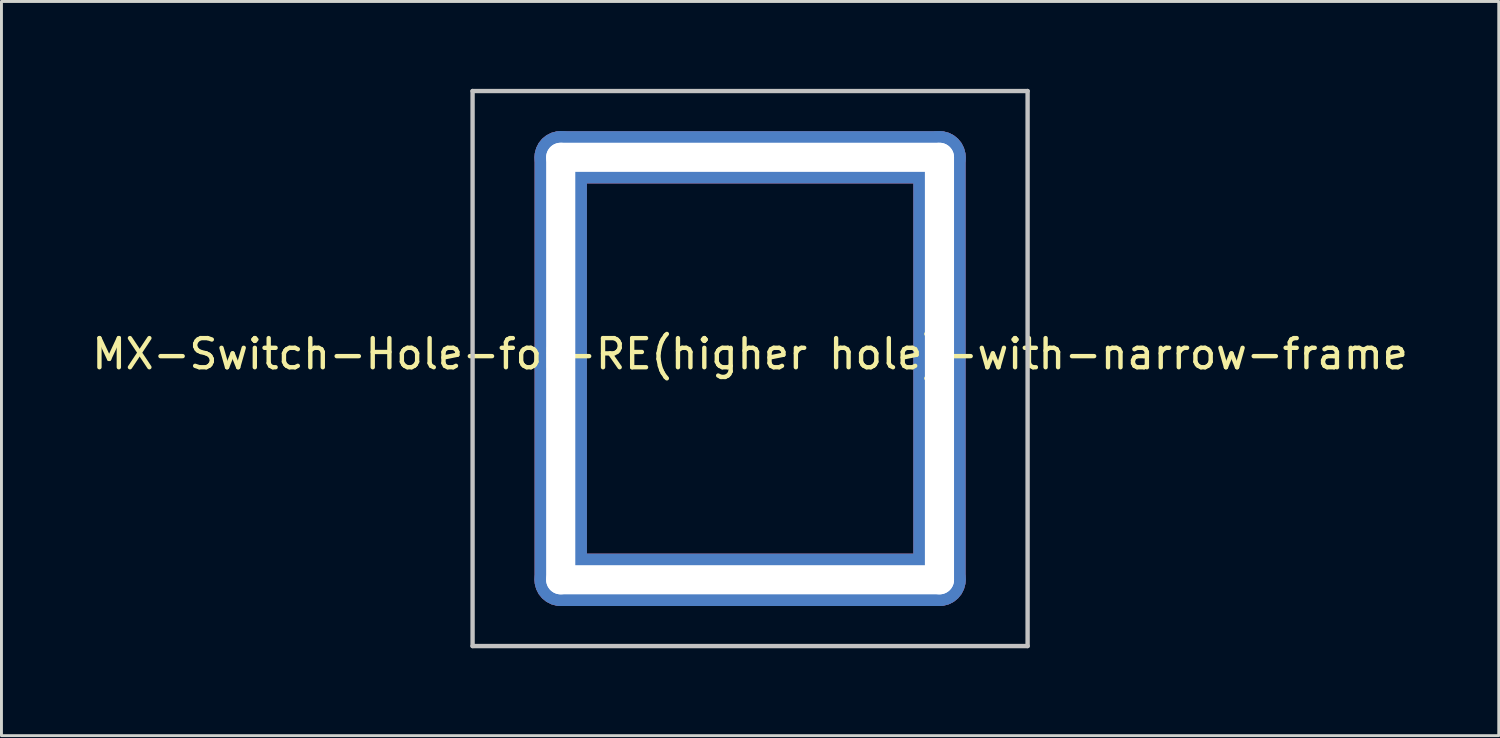
<source format=kicad_pcb>
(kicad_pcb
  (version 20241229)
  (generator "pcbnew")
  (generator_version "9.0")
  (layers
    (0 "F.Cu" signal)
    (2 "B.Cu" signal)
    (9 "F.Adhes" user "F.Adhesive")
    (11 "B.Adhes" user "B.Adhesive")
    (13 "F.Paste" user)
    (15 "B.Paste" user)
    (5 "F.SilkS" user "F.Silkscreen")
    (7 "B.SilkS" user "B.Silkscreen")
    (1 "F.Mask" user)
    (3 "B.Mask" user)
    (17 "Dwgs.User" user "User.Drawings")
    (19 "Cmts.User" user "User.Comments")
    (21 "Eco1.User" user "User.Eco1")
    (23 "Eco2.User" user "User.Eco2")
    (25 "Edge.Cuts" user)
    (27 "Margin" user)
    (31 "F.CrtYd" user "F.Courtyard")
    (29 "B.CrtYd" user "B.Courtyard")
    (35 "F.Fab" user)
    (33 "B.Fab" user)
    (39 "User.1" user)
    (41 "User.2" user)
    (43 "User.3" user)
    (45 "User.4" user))
  (footprint "MX-Switch-Hole-for-RE(higher hole)-with-narrow-frame"
    (layer "F.Cu")
    (at 22.696 9.6)
    (property "Reference" "MX-Switch-Hole-for-RE(higher hole)-with-narrow-frame" (at 0 -0.5 0) (unlocked yes) (layer "F.SilkS") (effects (font (size 1 1) (thickness 0.15))))
    (attr through_hole)
    (fp_line (start -9.525 -9.525) (end 9.525 -9.525) (stroke (width 0.15) (type solid)) (layer "Dwgs.User"))
    (fp_line (start -9.525 9.525) (end -9.525 -9.525) (stroke (width 0.15) (type solid)) (layer "Dwgs.User"))
    (fp_line (start 9.525 -9.525) (end 9.525 9.525) (stroke (width 0.15) (type solid)) (layer "Dwgs.User"))
    (fp_line (start 9.525 9.525) (end -9.525 9.525) (stroke (width 0.15) (type solid)) (layer "Dwgs.User"))
    (pad "" np_thru_hole roundrect (at -6.5 0 90) (size 16.3 1.8) (drill oval 15.5 1) (layers "*.Cu" "*.Mask") (roundrect_rratio 0.5))
    (pad "" np_thru_hole roundrect (at 0 -7.25) (size 14.8 1.8) (drill oval 14 1) (layers "*.Cu" "*.Mask") (roundrect_rratio 0.5))
    (pad "" np_thru_hole roundrect (at 0 7.25) (size 14.8 1.8) (drill oval 14 1) (layers "*.Cu" "*.Mask") (roundrect_rratio 0.5))
    (pad "" np_thru_hole roundrect (at 6.5 0 90) (size 16.3 1.8) (drill oval 15.5 1) (layers "*.Cu" "*.Mask") (roundrect_rratio 0.5)))
  (gr_rect
    (start -3 -3)
    (end 48.393 22.2)
    (stroke (width 0.1) (type default))
    (fill no)
    (layer "Edge.Cuts")))
</source>
